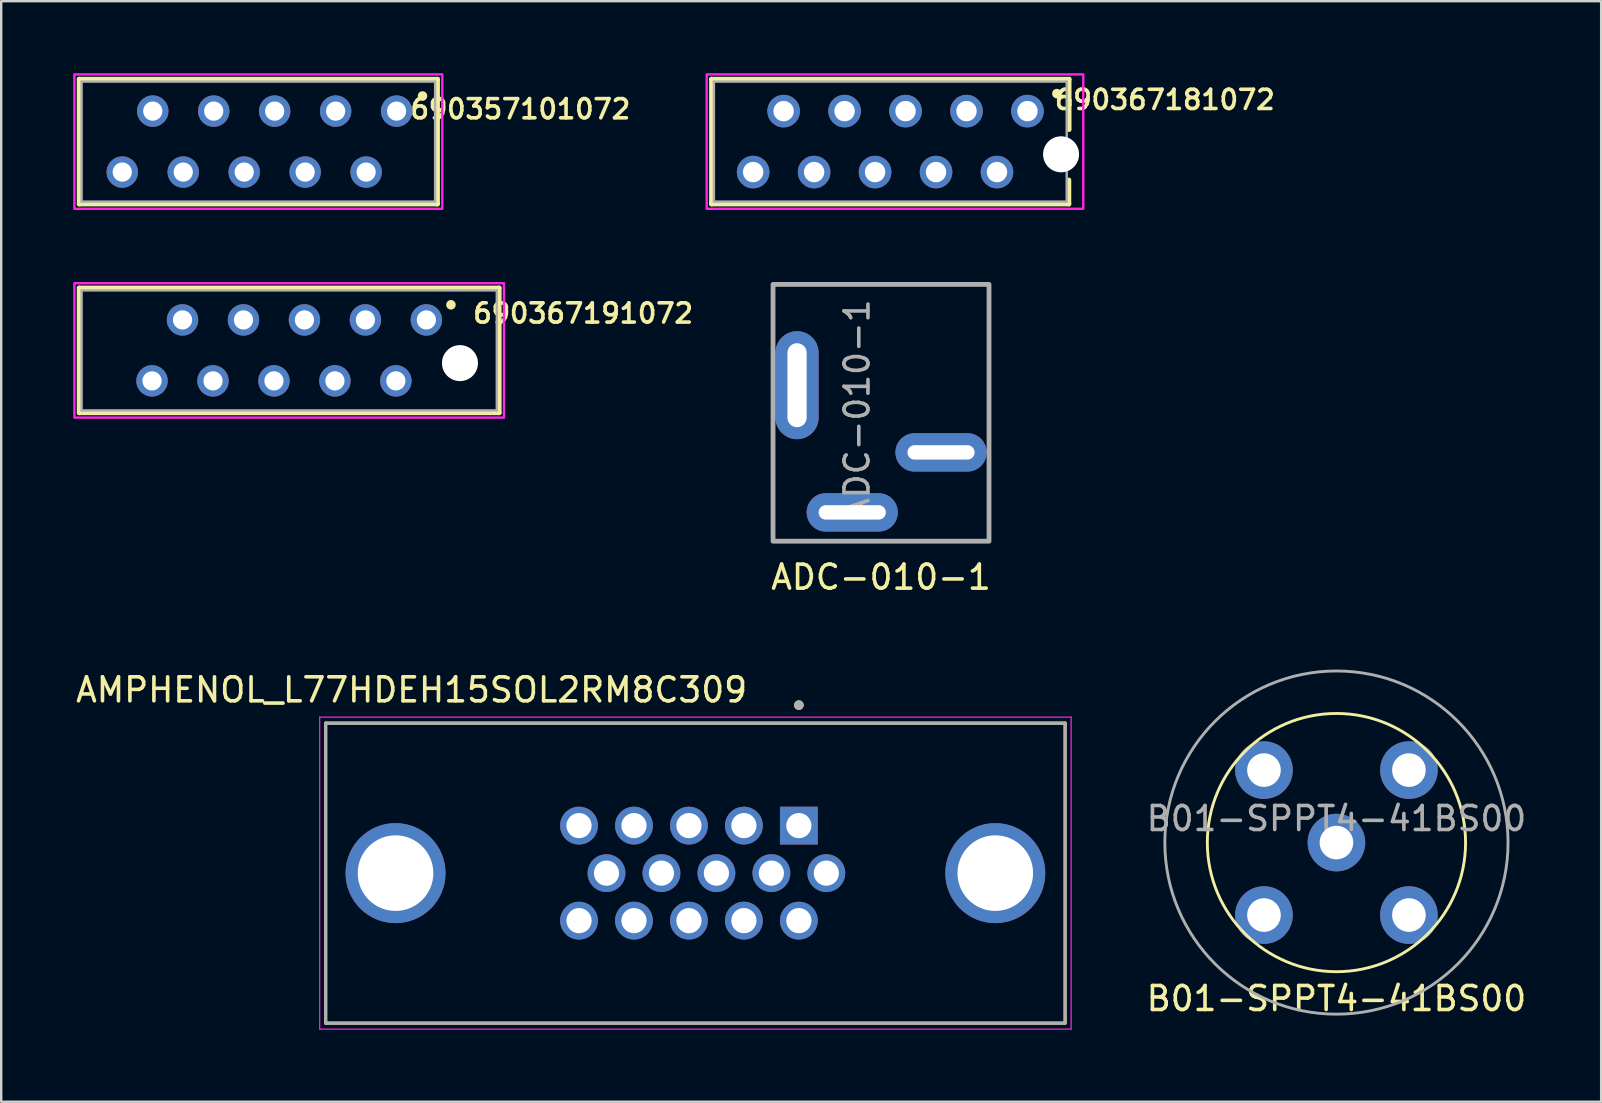
<source format=kicad_pcb>
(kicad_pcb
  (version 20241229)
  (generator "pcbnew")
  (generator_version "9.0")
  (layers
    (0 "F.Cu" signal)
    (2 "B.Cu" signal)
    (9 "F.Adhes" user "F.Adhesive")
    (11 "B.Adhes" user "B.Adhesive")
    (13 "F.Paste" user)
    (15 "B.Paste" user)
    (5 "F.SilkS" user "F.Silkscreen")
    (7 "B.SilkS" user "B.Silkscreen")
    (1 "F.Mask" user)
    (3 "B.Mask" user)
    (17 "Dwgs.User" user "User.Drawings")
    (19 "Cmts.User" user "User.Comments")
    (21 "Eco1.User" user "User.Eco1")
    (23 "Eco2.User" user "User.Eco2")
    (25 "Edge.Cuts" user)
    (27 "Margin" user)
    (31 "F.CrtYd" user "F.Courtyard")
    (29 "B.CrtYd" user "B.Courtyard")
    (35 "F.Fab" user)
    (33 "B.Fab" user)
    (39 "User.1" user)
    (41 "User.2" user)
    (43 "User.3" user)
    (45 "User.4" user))
  (footprint "690357101072"
    (layer "F.Cu")
    (at 7.715 2.85)
    (property "Reference" "690357101072" (at 10.916 -1.354 0) (layer "F.SilkS") (effects (font (size 0.8 0.8) (thickness 0.15))))
    (attr through_hole)
    (fp_line (start -7.465 -2.6) (end 7.465 -2.6) (stroke (width 0.2) (type solid)) (layer "F.SilkS"))
    (fp_line (start -7.465 2.6) (end -7.465 -2.6) (stroke (width 0.2) (type solid)) (layer "F.SilkS"))
    (fp_line (start 7.465 -2.6) (end 7.465 2.6) (stroke (width 0.2) (type solid)) (layer "F.SilkS"))
    (fp_line (start 7.465 2.6) (end -7.465 2.6) (stroke (width 0.2) (type solid)) (layer "F.SilkS"))
    (fp_circle (center 6.84 -1.9) (end 6.94 -1.9) (stroke (width 0.2) (type solid)) (fill no) (layer "F.SilkS"))
    (fp_poly (pts (xy 7.665 2.8) (xy -7.665 2.8) (xy -7.665 -2.8) (xy 7.665 -2.8)) (stroke (width 0.1) (type solid)) (fill no) (layer "F.CrtYd"))
    (fp_line (start -7.365 -2.5) (end -7.365 2.5) (stroke (width 0.1) (type solid)) (layer "F.Fab"))
    (fp_line (start -7.365 2.5) (end 7.365 2.5) (stroke (width 0.1) (type solid)) (layer "F.Fab"))
    (fp_line (start 7.365 -2.5) (end -7.365 -2.5) (stroke (width 0.1) (type solid)) (layer "F.Fab"))
    (fp_line (start 7.365 2.5) (end 7.365 -2.5) (stroke (width 0.1) (type solid)) (layer "F.Fab"))
    (pad "1" thru_hole circle (at 5.76 -1.27) (size 1.308 1.308) (drill 0.8) (layers "*.Cu" "*.Mask"))
    (pad "2" thru_hole circle (at 4.49 1.27) (size 1.308 1.308) (drill 0.8) (layers "*.Cu" "*.Mask"))
    (pad "3" thru_hole circle (at 3.22 -1.27) (size 1.308 1.308) (drill 0.8) (layers "*.Cu" "*.Mask"))
    (pad "4" thru_hole circle (at 1.95 1.27) (size 1.308 1.308) (drill 0.8) (layers "*.Cu" "*.Mask"))
    (pad "5" thru_hole circle (at 0.68 -1.27) (size 1.308 1.308) (drill 0.8) (layers "*.Cu" "*.Mask"))
    (pad "6" thru_hole circle (at -0.59 1.27) (size 1.308 1.308) (drill 0.8) (layers "*.Cu" "*.Mask"))
    (pad "7" thru_hole circle (at -1.86 -1.27) (size 1.308 1.308) (drill 0.8) (layers "*.Cu" "*.Mask"))
    (pad "8" thru_hole circle (at -3.13 1.27) (size 1.308 1.308) (drill 0.8) (layers "*.Cu" "*.Mask"))
    (pad "9" thru_hole circle (at -4.4 -1.27) (size 1.308 1.308) (drill 0.8) (layers "*.Cu" "*.Mask"))
    (pad "10" thru_hole circle (at -5.67 1.27) (size 1.308 1.308) (drill 0.8) (layers "*.Cu" "*.Mask")))
  (footprint "ADC-010-1"
    (layer "F.Cu")
    (at 33.66 13)
    (property "Reference" "ADC-010-1" (at 0 8 0) (unlocked yes) (layer "F.SilkS") (effects (font (size 1 1) (thickness 0.15))))
    (attr through_hole)
    (fp_rect (start -4.5 -4.2) (end 4.5 6.5) (stroke (width 0.12) (type solid)) (fill no) (layer "F.SilkS"))
    (fp_rect (start -4.5 -4.2) (end 4.5 6.5) (stroke (width 0.2) (type solid)) (fill no) (layer "F.Fab"))
    (fp_text user "${REFERENCE}" (at -1 1 90) (unlocked yes) (layer "F.Fab") (effects (font (size 1 1) (thickness 0.15))))
    (pad "1" thru_hole oval (at -3.5 0) (size 1.8 4.5) (drill oval 0.8 3.5) (layers "*.Cu" "*.Mask"))
    (pad "2" thru_hole oval (at -1.2 5.3) (size 3.8 1.6) (drill oval 2.8 0.6) (layers "*.Cu" "*.Mask"))
    (pad "3" thru_hole oval (at 2.5 2.8) (size 3.8 1.6) (drill oval 2.8 0.6) (layers "*.Cu" "*.Mask")))
  (footprint "AMPHENOL_L77HDEH15SOL2RM8C309"
    (layer "F.Cu")
    (at 25.926 33.331)
    (property "Reference" "AMPHENOL_L77HDEH15SOL2RM8C309" (at -11.825 -7.635 0) (layer "F.SilkS") (effects (font (size 1 1) (thickness 0.15))))
    (attr through_hole)
    (fp_line (start -15.405 -6.25) (end 15.405 -6.25) (stroke (width 0.127) (type solid)) (layer "F.SilkS"))
    (fp_line (start -15.405 6.25) (end -15.405 -6.25) (stroke (width 0.127) (type solid)) (layer "F.SilkS"))
    (fp_line (start 15.405 -6.25) (end 15.405 6.25) (stroke (width 0.127) (type solid)) (layer "F.SilkS"))
    (fp_line (start 15.405 6.25) (end -15.405 6.25) (stroke (width 0.127) (type solid)) (layer "F.SilkS"))
    (fp_circle (center 4.31 -7) (end 4.41 -7) (stroke (width 0.2) (type solid)) (fill no) (layer "F.SilkS"))
    (fp_line (start -15.655 -6.5) (end 15.655 -6.5) (stroke (width 0.05) (type solid)) (layer "F.CrtYd"))
    (fp_line (start -15.655 6.5) (end -15.655 -6.5) (stroke (width 0.05) (type solid)) (layer "F.CrtYd"))
    (fp_line (start 15.655 -6.5) (end 15.655 6.5) (stroke (width 0.05) (type solid)) (layer "F.CrtYd"))
    (fp_line (start 15.655 6.5) (end -15.655 6.5) (stroke (width 0.05) (type solid)) (layer "F.CrtYd"))
    (fp_line (start -15.405 -6.25) (end 15.405 -6.25) (stroke (width 0.127) (type solid)) (layer "F.Fab"))
    (fp_line (start -15.405 6.25) (end -15.405 -6.25) (stroke (width 0.127) (type solid)) (layer "F.Fab"))
    (fp_line (start 15.405 -6.25) (end 15.405 6.25) (stroke (width 0.127) (type solid)) (layer "F.Fab"))
    (fp_line (start 15.405 6.25) (end -15.405 6.25) (stroke (width 0.127) (type solid)) (layer "F.Fab"))
    (fp_circle (center 4.31 -7) (end 4.41 -7) (stroke (width 0.2) (type solid)) (fill no) (layer "F.Fab"))
    (pad "1" thru_hole rect (at 4.31 -1.98) (size 1.575 1.575) (drill 1.05) (layers "*.Cu" "*.Mask"))
    (pad "2" thru_hole circle (at 2.02 -1.98) (size 1.575 1.575) (drill 1.05) (layers "*.Cu" "*.Mask"))
    (pad "3" thru_hole circle (at -0.27 -1.98) (size 1.575 1.575) (drill 1.05) (layers "*.Cu" "*.Mask"))
    (pad "4" thru_hole circle (at -2.56 -1.98) (size 1.575 1.575) (drill 1.05) (layers "*.Cu" "*.Mask"))
    (pad "5" thru_hole circle (at -4.85 -1.98) (size 1.575 1.575) (drill 1.05) (layers "*.Cu" "*.Mask"))
    (pad "6" thru_hole circle (at 5.455 0) (size 1.575 1.575) (drill 1.05) (layers "*.Cu" "*.Mask"))
    (pad "7" thru_hole circle (at 3.165 0) (size 1.575 1.575) (drill 1.05) (layers "*.Cu" "*.Mask"))
    (pad "8" thru_hole circle (at 0.875 0) (size 1.575 1.575) (drill 1.05) (layers "*.Cu" "*.Mask"))
    (pad "9" thru_hole circle (at -1.415 0) (size 1.575 1.575) (drill 1.05) (layers "*.Cu" "*.Mask"))
    (pad "10" thru_hole circle (at -3.705 0) (size 1.575 1.575) (drill 1.05) (layers "*.Cu" "*.Mask"))
    (pad "11" thru_hole circle (at 4.31 1.98) (size 1.575 1.575) (drill 1.05) (layers "*.Cu" "*.Mask"))
    (pad "12" thru_hole circle (at 2.02 1.98) (size 1.575 1.575) (drill 1.05) (layers "*.Cu" "*.Mask"))
    (pad "13" thru_hole circle (at -0.27 1.98) (size 1.575 1.575) (drill 1.05) (layers "*.Cu" "*.Mask"))
    (pad "14" thru_hole circle (at -2.56 1.98) (size 1.575 1.575) (drill 1.05) (layers "*.Cu" "*.Mask"))
    (pad "15" thru_hole circle (at -4.85 1.98) (size 1.575 1.575) (drill 1.05) (layers "*.Cu" "*.Mask"))
    (pad "S1" thru_hole circle (at -12.495 0) (size 4.166 4.166) (drill 3.15) (layers "*.Cu" "*.Mask"))
    (pad "S2" thru_hole circle (at 12.495 0) (size 4.166 4.166) (drill 3.15) (layers "*.Cu" "*.Mask")))
  (footprint "690367191072"
    (layer "F.Cu")
    (at 9 11.55)
    (property "Reference" "690367191072" (at 12.248 -1.544 0) (layer "F.SilkS") (effects (font (size 0.8 0.8) (thickness 0.15))))
    (attr through_hole)
    (fp_line (start -8.75 -2.6) (end 8.75 -2.6) (stroke (width 0.2) (type solid)) (layer "F.SilkS"))
    (fp_line (start -8.75 2.6) (end -8.75 -2.6) (stroke (width 0.2) (type solid)) (layer "F.SilkS"))
    (fp_line (start 8.75 -2.6) (end 8.75 2.6) (stroke (width 0.2) (type solid)) (layer "F.SilkS"))
    (fp_line (start 8.75 2.6) (end -8.75 2.6) (stroke (width 0.2) (type solid)) (layer "F.SilkS"))
    (fp_circle (center 6.74 -1.9) (end 6.84 -1.9) (stroke (width 0.2) (type solid)) (fill no) (layer "F.SilkS"))
    (fp_poly (pts (xy 8.95 2.8) (xy -8.95 2.8) (xy -8.95 -2.8) (xy 8.95 -2.8)) (stroke (width 0.1) (type solid)) (fill no) (layer "F.CrtYd"))
    (fp_line (start -8.65 -2.5) (end -8.65 2.5) (stroke (width 0.1) (type solid)) (layer "F.Fab"))
    (fp_line (start -8.65 2.5) (end 8.65 2.5) (stroke (width 0.1) (type solid)) (layer "F.Fab"))
    (fp_line (start 8.65 -2.5) (end -8.65 -2.5) (stroke (width 0.1) (type solid)) (layer "F.Fab"))
    (fp_line (start 8.65 2.5) (end 8.65 -2.5) (stroke (width 0.1) (type solid)) (layer "F.Fab"))
    (pad "" np_thru_hole circle (at 7.115 0.53) (size 1.5 1.5) (drill 1.5) (layers "*.Cu" "*.Mask"))
    (pad "1" thru_hole circle (at 5.715 -1.27) (size 1.308 1.308) (drill 0.8) (layers "*.Cu" "*.Mask"))
    (pad "2" thru_hole circle (at 4.445 1.27) (size 1.308 1.308) (drill 0.8) (layers "*.Cu" "*.Mask"))
    (pad "3" thru_hole circle (at 3.175 -1.27) (size 1.308 1.308) (drill 0.8) (layers "*.Cu" "*.Mask"))
    (pad "4" thru_hole circle (at 1.905 1.27) (size 1.308 1.308) (drill 0.8) (layers "*.Cu" "*.Mask"))
    (pad "5" thru_hole circle (at 0.635 -1.27) (size 1.308 1.308) (drill 0.8) (layers "*.Cu" "*.Mask"))
    (pad "6" thru_hole circle (at -0.635 1.27) (size 1.308 1.308) (drill 0.8) (layers "*.Cu" "*.Mask"))
    (pad "7" thru_hole circle (at -1.905 -1.27) (size 1.308 1.308) (drill 0.8) (layers "*.Cu" "*.Mask"))
    (pad "8" thru_hole circle (at -3.175 1.27) (size 1.308 1.308) (drill 0.8) (layers "*.Cu" "*.Mask"))
    (pad "9" thru_hole circle (at -4.445 -1.27) (size 1.308 1.308) (drill 0.8) (layers "*.Cu" "*.Mask"))
    (pad "10" thru_hole circle (at -5.715 1.27) (size 1.308 1.308) (drill 0.8) (layers "*.Cu" "*.Mask")))
  (footprint "B01-SPPT4-41BS00"
    (layer "F.Cu")
    (at 52.636 32.058)
    (property "Reference" "B01-SPPT4-41BS00" (at 0 6.5 0) (unlocked yes) (layer "F.SilkS") (effects (font (size 1 1) (thickness 0.15))))
    (attr through_hole)
    (fp_circle (center 0 0) (end 5.38 0) (stroke (width 0.12) (type solid)) (fill no) (layer "F.SilkS"))
    (fp_circle (center 0 0) (end 7.15 0) (stroke (width 0.12) (type solid)) (fill no) (layer "F.Fab"))
    (fp_text user "${REFERENCE}" (at 0 -1 0) (unlocked yes) (layer "F.Fab") (effects (font (size 1 1) (thickness 0.15))))
    (pad "1" thru_hole circle (at 0 0) (size 2.4 2.4) (drill 1.4) (layers "*.Cu" "*.Mask"))
    (pad "2" thru_hole circle (at -3.02 -3.02) (size 2.4 2.4) (drill 1.4) (layers "*.Cu" "*.Mask"))
    (pad "2" thru_hole circle (at -3.02 3.02) (size 2.4 2.4) (drill 1.4) (layers "*.Cu" "*.Mask"))
    (pad "2" thru_hole circle (at 3.02 -3.02) (size 2.4 2.4) (drill 1.4) (layers "*.Cu" "*.Mask"))
    (pad "2" thru_hole circle (at 3.02 3.02) (size 2.4 2.4) (drill 1.4) (layers "*.Cu" "*.Mask")))
  (footprint "690367181072"
    (layer "F.Cu")
    (at 34.047 2.85)
    (property "Reference" "690367181072" (at 11.438 -1.744 0) (layer "F.SilkS") (effects (font (size 0.8 0.8) (thickness 0.15))))
    (attr through_hole)
    (fp_line (start -7.45 -2.6) (end 7.45 -2.6) (stroke (width 0.2) (type solid)) (layer "F.SilkS"))
    (fp_line (start -7.45 2.6) (end -7.45 -2.6) (stroke (width 0.2) (type solid)) (layer "F.SilkS"))
    (fp_line (start 7.44 1.6) (end 7.44 2.6) (stroke (width 0.2) (type solid)) (layer "F.SilkS"))
    (fp_line (start 7.44 2.6) (end -7.45 2.6) (stroke (width 0.2) (type solid)) (layer "F.SilkS"))
    (fp_line (start 7.45 -2.6) (end 7.45 -0.5) (stroke (width 0.2) (type solid)) (layer "F.SilkS"))
    (fp_circle (center 6.94 -2) (end 7.04 -2) (stroke (width 0.2) (type solid)) (fill no) (layer "F.SilkS"))
    (fp_poly (pts (xy -7.65 -2.8) (xy 8.04 -2.8) (xy 8.04 2.8) (xy -7.65 2.8)) (stroke (width 0.1) (type solid)) (fill no) (layer "F.CrtYd"))
    (fp_line (start -7.35 -2.5) (end -7.35 2.5) (stroke (width 0.1) (type solid)) (layer "F.Fab"))
    (fp_line (start -7.35 2.5) (end 7.35 2.5) (stroke (width 0.1) (type solid)) (layer "F.Fab"))
    (fp_line (start 7.35 -2.5) (end -7.35 -2.5) (stroke (width 0.1) (type solid)) (layer "F.Fab"))
    (fp_line (start 7.35 2.5) (end 7.35 -2.5) (stroke (width 0.1) (type solid)) (layer "F.Fab"))
    (pad "" np_thru_hole circle (at 7.115 0.53) (size 1.5 1.5) (drill 1.5) (layers "*.Cu" "*.Mask"))
    (pad "1" thru_hole circle (at 5.715 -1.27) (size 1.358 1.358) (drill 0.85) (layers "*.Cu" "*.Mask"))
    (pad "2" thru_hole circle (at 4.445 1.27) (size 1.358 1.358) (drill 0.85) (layers "*.Cu" "*.Mask"))
    (pad "3" thru_hole circle (at 3.175 -1.27) (size 1.358 1.358) (drill 0.85) (layers "*.Cu" "*.Mask"))
    (pad "4" thru_hole circle (at 1.905 1.27) (size 1.358 1.358) (drill 0.85) (layers "*.Cu" "*.Mask"))
    (pad "5" thru_hole circle (at 0.635 -1.27) (size 1.358 1.358) (drill 0.85) (layers "*.Cu" "*.Mask"))
    (pad "6" thru_hole circle (at -0.635 1.27) (size 1.358 1.358) (drill 0.85) (layers "*.Cu" "*.Mask"))
    (pad "7" thru_hole circle (at -1.905 -1.27) (size 1.358 1.358) (drill 0.85) (layers "*.Cu" "*.Mask"))
    (pad "8" thru_hole circle (at -3.175 1.27) (size 1.358 1.358) (drill 0.85) (layers "*.Cu" "*.Mask"))
    (pad "9" thru_hole circle (at -4.445 -1.27) (size 1.358 1.358) (drill 0.85) (layers "*.Cu" "*.Mask"))
    (pad "10" thru_hole circle (at -5.715 1.27) (size 1.358 1.358) (drill 0.85) (layers "*.Cu" "*.Mask")))
  (gr_rect
    (start -3 -3)
    (end 63.666 42.856)
    (stroke (width 0.1) (type default))
    (fill no)
    (layer "Edge.Cuts")))
</source>
